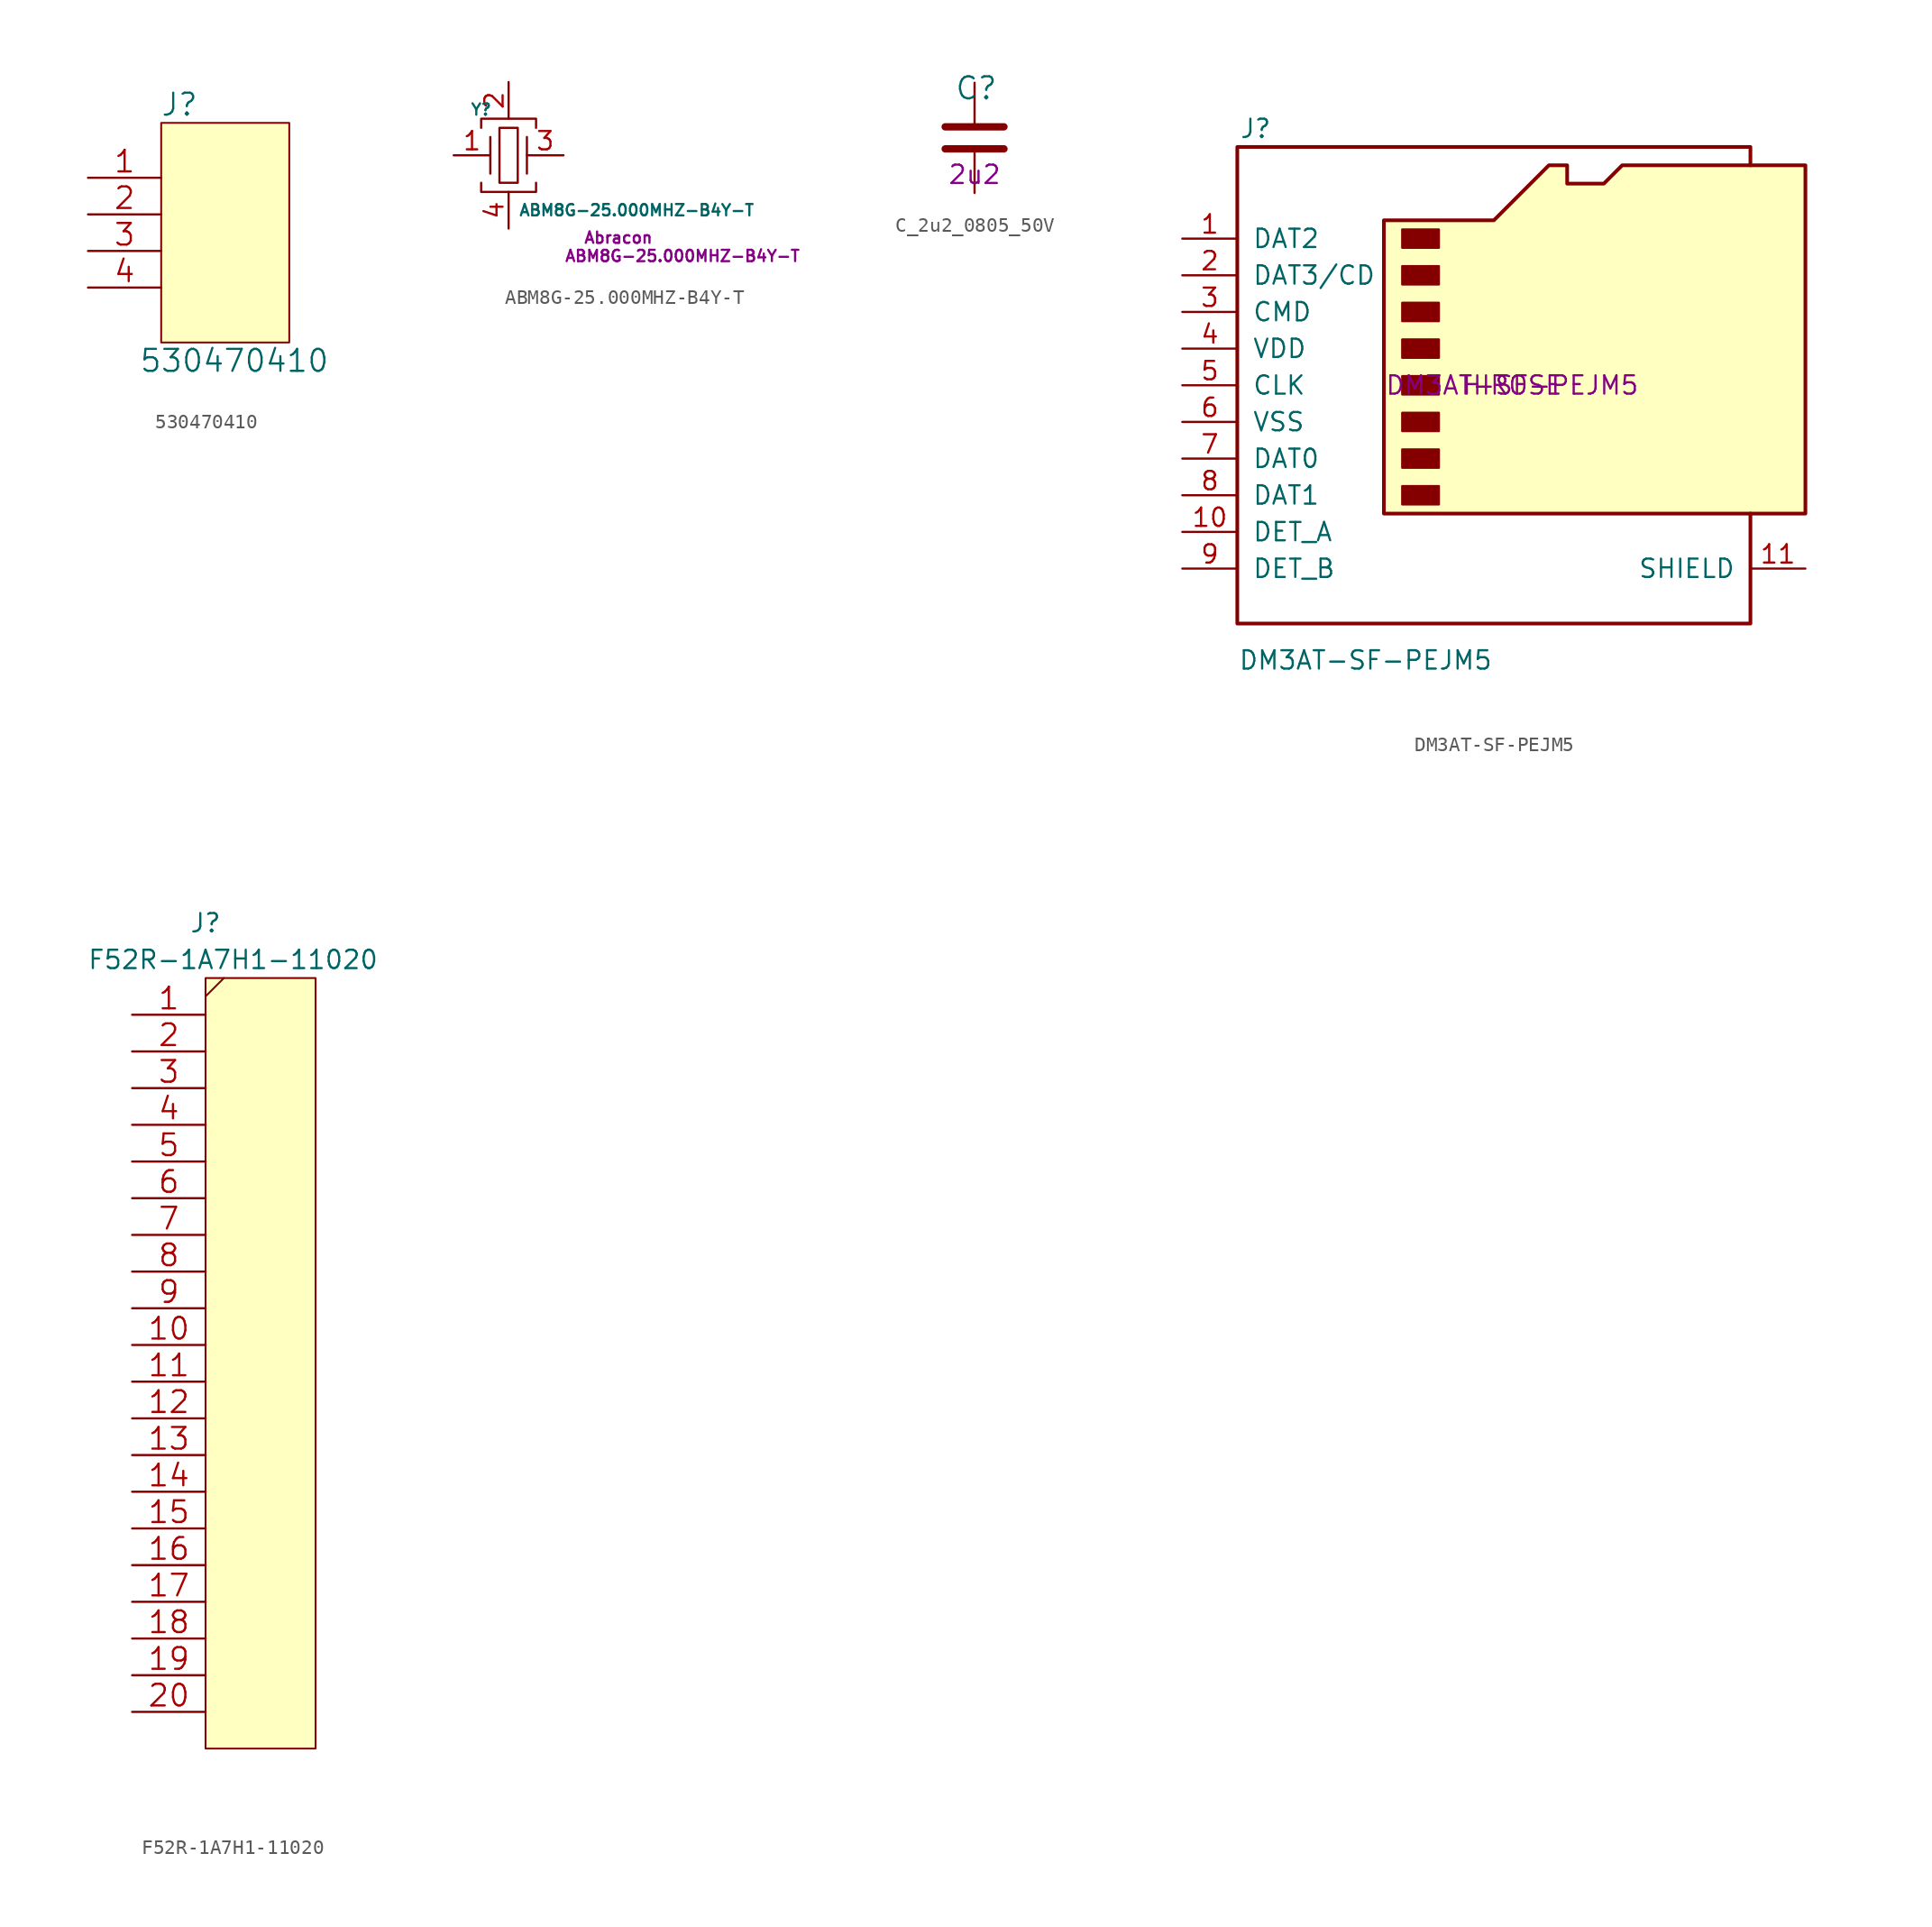
<source format=kicad_sym>
(kicad_symbol_lib
  (version 20211014)
  (generator kicad_symbol_editor)
  (symbol "530470410"
    (pin_names
      (offset 0.254) hide)
    (property "Reference" "J"
      (at 6.35 5.08 0)
      (effects (font (size 1.524 1.524))))
    (property "Value" "530470410"
      (at 10.16 -12.7 0)
      (effects (font (size 1.524 1.524))))
    (property "Datasheet" ""
      (at 0 0 0)
      (effects (font (size 1.524 1.524))))
    (symbol "530470410_1_1"
      (rectangle (start 5.08 3.81) (end 13.97 -11.43) (stroke (width 0.127) (type default) (color 0 0 0 0)) (fill (type background)))
      (pin unspecified line (at 0 0 0) (length 5.08) (name "1" (effects (font (size 1.499 1.499)))) (number "1" (effects (font (size 1.499 1.499)))))
      (pin unspecified line (at 0 -2.54 0) (length 5.08) (name "2" (effects (font (size 1.499 1.499)))) (number "2" (effects (font (size 1.499 1.499)))))
      (pin unspecified line (at 0 -5.08 0) (length 5.08) (name "3" (effects (font (size 1.499 1.499)))) (number "3" (effects (font (size 1.499 1.499)))))
      (pin unspecified line (at 0 -7.62 0) (length 5.08) (name "4" (effects (font (size 1.499 1.499)))) (number "4" (effects (font (size 1.499 1.499)))))))
  (symbol "ABM8G-25.000MHZ-B4Y-T"
    (pin_names
      (offset 1.016))
    (property "Reference" "Y"
      (at -1.905 3.175 0)
      (effects (font (size 0.787 0.787))))
    (property "Value" "ABM8G-25.000MHZ-B4Y-T"
      (at 8.89 -3.81 0)
      (effects (font (size 0.787 0.787))))
    (property "MPN" "ABM8G-25.000MHZ-B4Y-T"
      (at 12.065 -6.985 0)
      (effects (font (size 0.787 0.787))))
    (property "Manufacturer" "Abracon"
      (at 7.62 -5.715 0)
      (effects (font (size 0.787 0.787))))
    (symbol "ABM8G-25.000MHZ-B4Y-T_0_1"
      (rectangle (start -0.635 1.905) (end 0.635 -1.905) (stroke (width 0) (type default) (color 0 0 0 0)) (fill (type none)))
      (polyline (pts (xy -1.27 1.27) (xy -1.27 -1.27)) (stroke (width 0) (type default) (color 0 0 0 0)) (fill (type none)))
      (polyline (pts (xy 1.27 1.27) (xy 1.27 -1.27)) (stroke (width 0) (type default) (color 0 0 0 0)) (fill (type none)))
      (polyline (pts (xy -1.905 -1.905) (xy -1.905 -2.54) (xy 1.905 -2.54) (xy 1.905 -1.905)) (stroke (width 0) (type default) (color 0 0 0 0)) (fill (type none)))
      (polyline (pts (xy -1.905 1.905) (xy -1.905 2.54) (xy 1.905 2.54) (xy 1.905 1.905)) (stroke (width 0) (type default) (color 0 0 0 0)) (fill (type none))))
    (symbol "ABM8G-25.000MHZ-B4Y-T_1_1"
      (pin output line (at -3.81 0 0) (length 2.54) (name "~" (effects (font (size 1.27 1.27)))) (number "1" (effects (font (size 1.27 1.27)))))
      (pin power_in line (at 0 5.08 270) (length 2.54) (name "~" (effects (font (size 1.27 1.27)))) (number "2" (effects (font (size 1.27 1.27)))))
      (pin output line (at 3.81 0 180) (length 2.54) (name "~" (effects (font (size 1.27 1.27)))) (number "3" (effects (font (size 1.27 1.27)))))
      (pin power_in line (at 0 -5.08 90) (length 2.54) (name "~" (effects (font (size 1.27 1.27)))) (number "4" (effects (font (size 1.27 1.27)))))))
  (symbol "C_2u2_0805_50V"
    (pin_names
      (offset 0))
    (property "Reference" "C"
      (at -1.397 3.429 0)
      (effects (font (size 1.524 1.524)) (justify left)))
    (property "Val" "2u2"
      (at 0 -2.54 0)
      (effects (font (size 1.27 1.27))))
    (symbol "C_2u2_0805_50V_1_1"
      (polyline (pts (xy -2.032 -0.762) (xy 2.032 -0.762)) (stroke (width 0.508) (type default) (color 0 0 0 0)) (fill (type none)))
      (polyline (pts (xy -2.032 0.762) (xy 2.032 0.762)) (stroke (width 0.508) (type default) (color 0 0 0 0)) (fill (type none)))
      (pin passive line (at 0 3.81 270) (length 2.794) (name "~" (effects (font (size 0 0)))) (number "1" (effects (font (size 0 0)))))
      (pin passive line (at 0 -3.81 90) (length 2.794) (name "~" (effects (font (size 0 0)))) (number "2" (effects (font (size 0 0)))))))
  (symbol "DM3AT-SF-PEJM5"
    (pin_names
      (offset 1.016))
    (property "Reference" "J"
      (at -17.78 17.78 0)
      (effects (font (size 1.27 1.27))))
    (property "Value" "DM3AT-SF-PEJM5"
      (at -10.16 -19.05 0)
      (effects (font (size 1.27 1.27))))
    (property "Manufacturer" "HIROSE"
      (at 0 0 0)
      (effects (font (size 1.27 1.27))))
    (property "MPN" "DM3AT-SF-PEJM5"
      (at 0 0 0)
      (effects (font (size 1.27 1.27))))
    (symbol "DM3AT-SF-PEJM5_1_1"
      (rectangle (start -7.62 -6.985) (end -5.08 -8.255) (stroke (width 0) (type default) (color 0 0 0 0)) (fill (type outline)))
      (rectangle (start -7.62 -4.445) (end -5.08 -5.715) (stroke (width 0) (type default) (color 0 0 0 0)) (fill (type outline)))
      (rectangle (start -7.62 -1.905) (end -5.08 -3.175) (stroke (width 0) (type default) (color 0 0 0 0)) (fill (type outline)))
      (rectangle (start -7.62 0.635) (end -5.08 -0.635) (stroke (width 0) (type default) (color 0 0 0 0)) (fill (type outline)))
      (rectangle (start -7.62 3.175) (end -5.08 1.905) (stroke (width 0) (type default) (color 0 0 0 0)) (fill (type outline)))
      (rectangle (start -7.62 5.715) (end -5.08 4.445) (stroke (width 0) (type default) (color 0 0 0 0)) (fill (type outline)))
      (rectangle (start -7.62 8.255) (end -5.08 6.985) (stroke (width 0) (type default) (color 0 0 0 0)) (fill (type outline)))
      (rectangle (start -7.62 10.795) (end -5.08 9.525) (stroke (width 0) (type default) (color 0 0 0 0)) (fill (type outline)))
      (polyline (pts (xy 16.51 15.24) (xy 16.51 16.51) (xy -19.05 16.51) (xy -19.05 -16.51) (xy 16.51 -16.51) (xy 16.51 -8.89)) (stroke (width 0.254) (type default) (color 0 0 0 0)) (fill (type none)))
      (polyline (pts (xy -8.89 -8.89) (xy -8.89 11.43) (xy -1.27 11.43) (xy 2.54 15.24) (xy 3.81 15.24) (xy 3.81 13.97) (xy 6.35 13.97) (xy 7.62 15.24) (xy 20.32 15.24) (xy 20.32 -8.89) (xy -8.89 -8.89)) (stroke (width 0.254) (type default) (color 0 0 0 0)) (fill (type background)))
      (pin bidirectional line (at -22.86 10.16 0) (length 3.81) (name "DAT2" (effects (font (size 1.27 1.27)))) (number "1" (effects (font (size 1.27 1.27)))))
      (pin passive line (at -22.86 -10.16 0) (length 3.81) (name "DET_A" (effects (font (size 1.27 1.27)))) (number "10" (effects (font (size 1.27 1.27)))))
      (pin passive line (at 20.32 -12.7 180) (length 3.81) (name "SHIELD" (effects (font (size 1.27 1.27)))) (number "11" (effects (font (size 1.27 1.27)))))
      (pin bidirectional line (at -22.86 7.62 0) (length 3.81) (name "DAT3/CD" (effects (font (size 1.27 1.27)))) (number "2" (effects (font (size 1.27 1.27)))))
      (pin input line (at -22.86 5.08 0) (length 3.81) (name "CMD" (effects (font (size 1.27 1.27)))) (number "3" (effects (font (size 1.27 1.27)))))
      (pin power_in line (at -22.86 2.54 0) (length 3.81) (name "VDD" (effects (font (size 1.27 1.27)))) (number "4" (effects (font (size 1.27 1.27)))))
      (pin input line (at -22.86 0 0) (length 3.81) (name "CLK" (effects (font (size 1.27 1.27)))) (number "5" (effects (font (size 1.27 1.27)))))
      (pin power_in line (at -22.86 -2.54 0) (length 3.81) (name "VSS" (effects (font (size 1.27 1.27)))) (number "6" (effects (font (size 1.27 1.27)))))
      (pin input line (at -22.86 -5.08 0) (length 3.81) (name "DAT0" (effects (font (size 1.27 1.27)))) (number "7" (effects (font (size 1.27 1.27)))))
      (pin input line (at -22.86 -7.62 0) (length 3.81) (name "DAT1" (effects (font (size 1.27 1.27)))) (number "8" (effects (font (size 1.27 1.27)))))
      (pin passive line (at -22.86 -12.7 0) (length 3.81) (name "DET_B" (effects (font (size 1.27 1.27)))) (number "9" (effects (font (size 1.27 1.27)))))))
  (symbol "F52R-1A7H1-11020"
    (pin_names
      (offset 1.016) hide)
    (property "Reference" "J"
      (at 0 3.81 0)
      (effects (font (size 1.27 1.27))))
    (property "Value" "F52R-1A7H1-11020"
      (at 1.905 1.27 0)
      (effects (font (size 1.27 1.27))))
    (symbol "F52R-1A7H1-11020_1_1"
      (polyline (pts (xy 0 -1.27) (xy 1.27 0)) (stroke (width 0.127) (type default) (color 0 0 0 0)) (fill (type none)))
      (rectangle (start 0 0) (end 7.62 -53.34) (stroke (width 0.127) (type default) (color 0 0 0 0)) (fill (type background)))
      (pin unspecified line (at -5.08 -2.54 0) (length 5.08) (name "1" (effects (font (size 1.499 1.499)))) (number "1" (effects (font (size 1.499 1.499)))))
      (pin unspecified line (at -5.08 -25.4 0) (length 5.08) (name "10" (effects (font (size 1.499 1.499)))) (number "10" (effects (font (size 1.499 1.499)))))
      (pin unspecified line (at -5.08 -27.94 0) (length 5.08) (name "11" (effects (font (size 1.499 1.499)))) (number "11" (effects (font (size 1.499 1.499)))))
      (pin unspecified line (at -5.08 -30.48 0) (length 5.08) (name "12" (effects (font (size 1.499 1.499)))) (number "12" (effects (font (size 1.499 1.499)))))
      (pin unspecified line (at -5.08 -33.02 0) (length 5.08) (name "13" (effects (font (size 1.499 1.499)))) (number "13" (effects (font (size 1.499 1.499)))))
      (pin unspecified line (at -5.08 -35.56 0) (length 5.08) (name "14" (effects (font (size 1.499 1.499)))) (number "14" (effects (font (size 1.499 1.499)))))
      (pin unspecified line (at -5.08 -38.1 0) (length 5.08) (name "15" (effects (font (size 1.499 1.499)))) (number "15" (effects (font (size 1.499 1.499)))))
      (pin unspecified line (at -5.08 -40.64 0) (length 5.08) (name "16" (effects (font (size 1.499 1.499)))) (number "16" (effects (font (size 1.499 1.499)))))
      (pin unspecified line (at -5.08 -43.18 0) (length 5.08) (name "17" (effects (font (size 1.499 1.499)))) (number "17" (effects (font (size 1.499 1.499)))))
      (pin unspecified line (at -5.08 -45.72 0) (length 5.08) (name "18" (effects (font (size 1.499 1.499)))) (number "18" (effects (font (size 1.499 1.499)))))
      (pin unspecified line (at -5.08 -48.26 0) (length 5.08) (name "19" (effects (font (size 1.499 1.499)))) (number "19" (effects (font (size 1.499 1.499)))))
      (pin unspecified line (at -5.08 -5.08 0) (length 5.08) (name "2" (effects (font (size 1.499 1.499)))) (number "2" (effects (font (size 1.499 1.499)))))
      (pin unspecified line (at -5.08 -50.8 0) (length 5.08) (name "20" (effects (font (size 1.499 1.499)))) (number "20" (effects (font (size 1.499 1.499)))))
      (pin unspecified line (at -5.08 -7.62 0) (length 5.08) (name "3" (effects (font (size 1.499 1.499)))) (number "3" (effects (font (size 1.499 1.499)))))
      (pin unspecified line (at -5.08 -10.16 0) (length 5.08) (name "4" (effects (font (size 1.499 1.499)))) (number "4" (effects (font (size 1.499 1.499)))))
      (pin unspecified line (at -5.08 -12.7 0) (length 5.08) (name "5" (effects (font (size 1.499 1.499)))) (number "5" (effects (font (size 1.499 1.499)))))
      (pin unspecified line (at -5.08 -15.24 0) (length 5.08) (name "6" (effects (font (size 1.499 1.499)))) (number "6" (effects (font (size 1.499 1.499)))))
      (pin unspecified line (at -5.08 -17.78 0) (length 5.08) (name "7" (effects (font (size 1.499 1.499)))) (number "7" (effects (font (size 1.499 1.499)))))
      (pin unspecified line (at -5.08 -20.32 0) (length 5.08) (name "8" (effects (font (size 1.499 1.499)))) (number "8" (effects (font (size 1.499 1.499)))))
      (pin unspecified line (at -5.08 -22.86 0) (length 5.08) (name "9" (effects (font (size 1.499 1.499)))) (number "9" (effects (font (size 1.499 1.499))))))))
</source>
